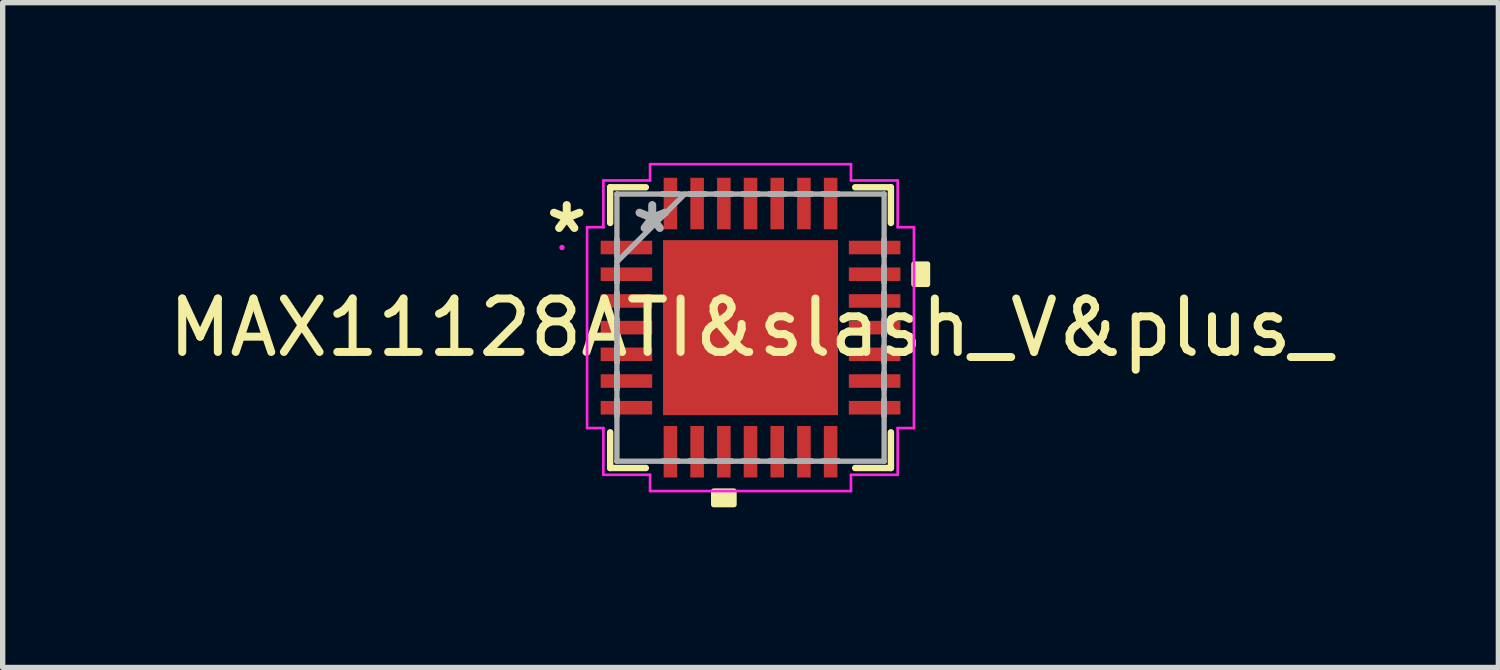
<source format=kicad_pcb>
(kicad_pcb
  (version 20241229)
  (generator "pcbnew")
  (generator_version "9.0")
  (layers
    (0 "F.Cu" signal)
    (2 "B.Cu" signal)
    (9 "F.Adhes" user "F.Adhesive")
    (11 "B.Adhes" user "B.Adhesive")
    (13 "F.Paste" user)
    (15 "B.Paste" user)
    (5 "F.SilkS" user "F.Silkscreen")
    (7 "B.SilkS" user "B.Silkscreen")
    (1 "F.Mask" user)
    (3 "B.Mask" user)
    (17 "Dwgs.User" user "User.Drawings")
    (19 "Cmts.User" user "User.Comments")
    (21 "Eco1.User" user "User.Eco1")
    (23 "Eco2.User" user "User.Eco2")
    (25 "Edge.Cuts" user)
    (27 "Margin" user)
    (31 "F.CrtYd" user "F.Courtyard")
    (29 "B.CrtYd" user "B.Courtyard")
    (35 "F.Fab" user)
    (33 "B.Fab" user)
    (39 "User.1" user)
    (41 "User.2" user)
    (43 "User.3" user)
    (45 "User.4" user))
  (footprint "MAX11128ATI&slash_V&plus_"
    (layer "F.Cu")
    (at 11.006 3.086)
    (property "Reference" "MAX11128ATI&slash_V&plus_" (at 0 0 0) (layer "F.SilkS") (effects (font (size 1 1) (thickness 0.15))))
    (attr smd)
    (fp_line (start -2.629 -2.629) (end -2.629 -1.96) (stroke (width 0.12) (type solid)) (layer "F.SilkS"))
    (fp_line (start -2.629 1.96) (end -2.629 2.629) (stroke (width 0.12) (type solid)) (layer "F.SilkS"))
    (fp_line (start -2.629 2.629) (end -1.96 2.629) (stroke (width 0.12) (type solid)) (layer "F.SilkS"))
    (fp_line (start -1.96 -2.629) (end -2.629 -2.629) (stroke (width 0.12) (type solid)) (layer "F.SilkS"))
    (fp_line (start 1.96 2.629) (end 2.629 2.629) (stroke (width 0.12) (type solid)) (layer "F.SilkS"))
    (fp_line (start 2.629 -2.629) (end 1.96 -2.629) (stroke (width 0.12) (type solid)) (layer "F.SilkS"))
    (fp_line (start 2.629 -1.96) (end 2.629 -2.629) (stroke (width 0.12) (type solid)) (layer "F.SilkS"))
    (fp_line (start 2.629 2.629) (end 2.629 1.96) (stroke (width 0.12) (type solid)) (layer "F.SilkS"))
    (fp_poly (pts (xy -0.69 3.061) (xy -0.69 3.315) (xy -0.309 3.315) (xy -0.309 3.061)) (stroke (width 0.1) (type solid)) (fill yes) (layer "F.SilkS"))
    (fp_poly (pts (xy 3.315 -1.191) (xy 3.315 -0.81) (xy 3.061 -0.81) (xy 3.061 -1.191)) (stroke (width 0.1) (type solid)) (fill yes) (layer "F.SilkS"))
    (fp_poly (pts (xy -1.538 -1.538) (xy -1.538 -0.1) (xy -0.1 -0.1) (xy -0.1 -1.538)) (stroke (width 0.1) (type solid)) (fill yes) (layer "F.Paste"))
    (fp_poly (pts (xy -1.538 0.1) (xy -1.538 1.538) (xy -0.1 1.538) (xy -0.1 0.1)) (stroke (width 0.1) (type solid)) (fill yes) (layer "F.Paste"))
    (fp_poly (pts (xy 0.1 -1.538) (xy 0.1 -0.1) (xy 1.538 -0.1) (xy 1.538 -1.538)) (stroke (width 0.1) (type solid)) (fill yes) (layer "F.Paste"))
    (fp_poly (pts (xy 0.1 0.1) (xy 0.1 1.538) (xy 1.538 1.538) (xy 1.538 0.1)) (stroke (width 0.1) (type solid)) (fill yes) (layer "F.Paste"))
    (fp_line (start -3.061 -1.881) (end -2.756 -1.881) (stroke (width 0.05) (type solid)) (layer "F.CrtYd"))
    (fp_line (start -3.061 1.881) (end -3.061 -1.881) (stroke (width 0.05) (type solid)) (layer "F.CrtYd"))
    (fp_line (start -2.756 -2.756) (end -1.881 -2.756) (stroke (width 0.05) (type solid)) (layer "F.CrtYd"))
    (fp_line (start -2.756 -1.881) (end -2.756 -2.756) (stroke (width 0.05) (type solid)) (layer "F.CrtYd"))
    (fp_line (start -2.756 1.881) (end -3.061 1.881) (stroke (width 0.05) (type solid)) (layer "F.CrtYd"))
    (fp_line (start -2.756 2.756) (end -2.756 1.881) (stroke (width 0.05) (type solid)) (layer "F.CrtYd"))
    (fp_line (start -1.881 -3.061) (end 1.881 -3.061) (stroke (width 0.05) (type solid)) (layer "F.CrtYd"))
    (fp_line (start -1.881 -2.756) (end -1.881 -3.061) (stroke (width 0.05) (type solid)) (layer "F.CrtYd"))
    (fp_line (start -1.881 2.756) (end -2.756 2.756) (stroke (width 0.05) (type solid)) (layer "F.CrtYd"))
    (fp_line (start -1.881 3.061) (end -1.881 2.756) (stroke (width 0.05) (type solid)) (layer "F.CrtYd"))
    (fp_line (start 1.881 -3.061) (end 1.881 -2.756) (stroke (width 0.05) (type solid)) (layer "F.CrtYd"))
    (fp_line (start 1.881 -2.756) (end 2.756 -2.756) (stroke (width 0.05) (type solid)) (layer "F.CrtYd"))
    (fp_line (start 1.881 2.756) (end 1.881 3.061) (stroke (width 0.05) (type solid)) (layer "F.CrtYd"))
    (fp_line (start 1.881 3.061) (end -1.881 3.061) (stroke (width 0.05) (type solid)) (layer "F.CrtYd"))
    (fp_line (start 2.756 -2.756) (end 2.756 -1.881) (stroke (width 0.05) (type solid)) (layer "F.CrtYd"))
    (fp_line (start 2.756 -1.881) (end 3.061 -1.881) (stroke (width 0.05) (type solid)) (layer "F.CrtYd"))
    (fp_line (start 2.756 1.881) (end 2.756 2.756) (stroke (width 0.05) (type solid)) (layer "F.CrtYd"))
    (fp_line (start 2.756 2.756) (end 1.881 2.756) (stroke (width 0.05) (type solid)) (layer "F.CrtYd"))
    (fp_line (start 3.061 -1.881) (end 3.061 1.881) (stroke (width 0.05) (type solid)) (layer "F.CrtYd"))
    (fp_line (start 3.061 1.881) (end 2.756 1.881) (stroke (width 0.05) (type solid)) (layer "F.CrtYd"))
    (fp_circle (center -3.531 -1.5) (end -3.531 -1.5) (stroke (width 0.05) (type solid)) (fill no) (layer "F.CrtYd"))
    (fp_line (start -2.502 -2.502) (end -2.502 -2.502) (stroke (width 0.1) (type solid)) (layer "F.Fab"))
    (fp_line (start -2.502 -2.502) (end -2.502 2.502) (stroke (width 0.1) (type solid)) (layer "F.Fab"))
    (fp_line (start -2.502 -1.652) (end -2.502 -1.652) (stroke (width 0.1) (type solid)) (layer "F.Fab"))
    (fp_line (start -2.502 -1.652) (end -2.502 -1.348) (stroke (width 0.1) (type solid)) (layer "F.Fab"))
    (fp_line (start -2.502 -1.348) (end -2.502 -1.652) (stroke (width 0.1) (type solid)) (layer "F.Fab"))
    (fp_line (start -2.502 -1.348) (end -2.502 -1.348) (stroke (width 0.1) (type solid)) (layer "F.Fab"))
    (fp_line (start -2.502 -1.232) (end -1.232 -2.502) (stroke (width 0.1) (type solid)) (layer "F.Fab"))
    (fp_line (start -2.502 -1.152) (end -2.502 -1.152) (stroke (width 0.1) (type solid)) (layer "F.Fab"))
    (fp_line (start -2.502 -1.152) (end -2.502 -0.848) (stroke (width 0.1) (type solid)) (layer "F.Fab"))
    (fp_line (start -2.502 -0.848) (end -2.502 -1.152) (stroke (width 0.1) (type solid)) (layer "F.Fab"))
    (fp_line (start -2.502 -0.848) (end -2.502 -0.848) (stroke (width 0.1) (type solid)) (layer "F.Fab"))
    (fp_line (start -2.502 -0.652) (end -2.502 -0.652) (stroke (width 0.1) (type solid)) (layer "F.Fab"))
    (fp_line (start -2.502 -0.652) (end -2.502 -0.348) (stroke (width 0.1) (type solid)) (layer "F.Fab"))
    (fp_line (start -2.502 -0.348) (end -2.502 -0.652) (stroke (width 0.1) (type solid)) (layer "F.Fab"))
    (fp_line (start -2.502 -0.348) (end -2.502 -0.348) (stroke (width 0.1) (type solid)) (layer "F.Fab"))
    (fp_line (start -2.502 -0.152) (end -2.502 -0.152) (stroke (width 0.1) (type solid)) (layer "F.Fab"))
    (fp_line (start -2.502 -0.152) (end -2.502 0.152) (stroke (width 0.1) (type solid)) (layer "F.Fab"))
    (fp_line (start -2.502 0.152) (end -2.502 -0.152) (stroke (width 0.1) (type solid)) (layer "F.Fab"))
    (fp_line (start -2.502 0.152) (end -2.502 0.152) (stroke (width 0.1) (type solid)) (layer "F.Fab"))
    (fp_line (start -2.502 0.348) (end -2.502 0.348) (stroke (width 0.1) (type solid)) (layer "F.Fab"))
    (fp_line (start -2.502 0.348) (end -2.502 0.652) (stroke (width 0.1) (type solid)) (layer "F.Fab"))
    (fp_line (start -2.502 0.652) (end -2.502 0.348) (stroke (width 0.1) (type solid)) (layer "F.Fab"))
    (fp_line (start -2.502 0.652) (end -2.502 0.652) (stroke (width 0.1) (type solid)) (layer "F.Fab"))
    (fp_line (start -2.502 0.848) (end -2.502 0.848) (stroke (width 0.1) (type solid)) (layer "F.Fab"))
    (fp_line (start -2.502 0.848) (end -2.502 1.152) (stroke (width 0.1) (type solid)) (layer "F.Fab"))
    (fp_line (start -2.502 1.152) (end -2.502 0.848) (stroke (width 0.1) (type solid)) (layer "F.Fab"))
    (fp_line (start -2.502 1.152) (end -2.502 1.152) (stroke (width 0.1) (type solid)) (layer "F.Fab"))
    (fp_line (start -2.502 1.348) (end -2.502 1.348) (stroke (width 0.1) (type solid)) (layer "F.Fab"))
    (fp_line (start -2.502 1.348) (end -2.502 1.652) (stroke (width 0.1) (type solid)) (layer "F.Fab"))
    (fp_line (start -2.502 1.652) (end -2.502 1.348) (stroke (width 0.1) (type solid)) (layer "F.Fab"))
    (fp_line (start -2.502 1.652) (end -2.502 1.652) (stroke (width 0.1) (type solid)) (layer "F.Fab"))
    (fp_line (start -2.502 2.502) (end -2.502 2.502) (stroke (width 0.1) (type solid)) (layer "F.Fab"))
    (fp_line (start -2.502 2.502) (end 2.502 2.502) (stroke (width 0.1) (type solid)) (layer "F.Fab"))
    (fp_line (start -1.652 -2.502) (end -1.652 -2.502) (stroke (width 0.1) (type solid)) (layer "F.Fab"))
    (fp_line (start -1.652 -2.502) (end -1.348 -2.502) (stroke (width 0.1) (type solid)) (layer "F.Fab"))
    (fp_line (start -1.652 2.502) (end -1.652 2.502) (stroke (width 0.1) (type solid)) (layer "F.Fab"))
    (fp_line (start -1.652 2.502) (end -1.348 2.502) (stroke (width 0.1) (type solid)) (layer "F.Fab"))
    (fp_line (start -1.348 -2.502) (end -1.652 -2.502) (stroke (width 0.1) (type solid)) (layer "F.Fab"))
    (fp_line (start -1.348 -2.502) (end -1.348 -2.502) (stroke (width 0.1) (type solid)) (layer "F.Fab"))
    (fp_line (start -1.348 2.502) (end -1.652 2.502) (stroke (width 0.1) (type solid)) (layer "F.Fab"))
    (fp_line (start -1.348 2.502) (end -1.348 2.502) (stroke (width 0.1) (type solid)) (layer "F.Fab"))
    (fp_line (start -1.152 -2.502) (end -1.152 -2.502) (stroke (width 0.1) (type solid)) (layer "F.Fab"))
    (fp_line (start -1.152 -2.502) (end -0.848 -2.502) (stroke (width 0.1) (type solid)) (layer "F.Fab"))
    (fp_line (start -1.152 2.502) (end -1.152 2.502) (stroke (width 0.1) (type solid)) (layer "F.Fab"))
    (fp_line (start -1.152 2.502) (end -0.848 2.502) (stroke (width 0.1) (type solid)) (layer "F.Fab"))
    (fp_line (start -0.848 -2.502) (end -1.152 -2.502) (stroke (width 0.1) (type solid)) (layer "F.Fab"))
    (fp_line (start -0.848 -2.502) (end -0.848 -2.502) (stroke (width 0.1) (type solid)) (layer "F.Fab"))
    (fp_line (start -0.848 2.502) (end -1.152 2.502) (stroke (width 0.1) (type solid)) (layer "F.Fab"))
    (fp_line (start -0.848 2.502) (end -0.848 2.502) (stroke (width 0.1) (type solid)) (layer "F.Fab"))
    (fp_line (start -0.652 -2.502) (end -0.652 -2.502) (stroke (width 0.1) (type solid)) (layer "F.Fab"))
    (fp_line (start -0.652 -2.502) (end -0.348 -2.502) (stroke (width 0.1) (type solid)) (layer "F.Fab"))
    (fp_line (start -0.652 2.502) (end -0.652 2.502) (stroke (width 0.1) (type solid)) (layer "F.Fab"))
    (fp_line (start -0.652 2.502) (end -0.348 2.502) (stroke (width 0.1) (type solid)) (layer "F.Fab"))
    (fp_line (start -0.348 -2.502) (end -0.652 -2.502) (stroke (width 0.1) (type solid)) (layer "F.Fab"))
    (fp_line (start -0.348 -2.502) (end -0.348 -2.502) (stroke (width 0.1) (type solid)) (layer "F.Fab"))
    (fp_line (start -0.348 2.502) (end -0.652 2.502) (stroke (width 0.1) (type solid)) (layer "F.Fab"))
    (fp_line (start -0.348 2.502) (end -0.348 2.502) (stroke (width 0.1) (type solid)) (layer "F.Fab"))
    (fp_line (start -0.152 -2.502) (end -0.152 -2.502) (stroke (width 0.1) (type solid)) (layer "F.Fab"))
    (fp_line (start -0.152 -2.502) (end 0.152 -2.502) (stroke (width 0.1) (type solid)) (layer "F.Fab"))
    (fp_line (start -0.152 2.502) (end -0.152 2.502) (stroke (width 0.1) (type solid)) (layer "F.Fab"))
    (fp_line (start -0.152 2.502) (end 0.152 2.502) (stroke (width 0.1) (type solid)) (layer "F.Fab"))
    (fp_line (start 0.152 -2.502) (end -0.152 -2.502) (stroke (width 0.1) (type solid)) (layer "F.Fab"))
    (fp_line (start 0.152 -2.502) (end 0.152 -2.502) (stroke (width 0.1) (type solid)) (layer "F.Fab"))
    (fp_line (start 0.152 2.502) (end -0.152 2.502) (stroke (width 0.1) (type solid)) (layer "F.Fab"))
    (fp_line (start 0.152 2.502) (end 0.152 2.502) (stroke (width 0.1) (type solid)) (layer "F.Fab"))
    (fp_line (start 0.348 -2.502) (end 0.348 -2.502) (stroke (width 0.1) (type solid)) (layer "F.Fab"))
    (fp_line (start 0.348 -2.502) (end 0.652 -2.502) (stroke (width 0.1) (type solid)) (layer "F.Fab"))
    (fp_line (start 0.348 2.502) (end 0.348 2.502) (stroke (width 0.1) (type solid)) (layer "F.Fab"))
    (fp_line (start 0.348 2.502) (end 0.652 2.502) (stroke (width 0.1) (type solid)) (layer "F.Fab"))
    (fp_line (start 0.652 -2.502) (end 0.348 -2.502) (stroke (width 0.1) (type solid)) (layer "F.Fab"))
    (fp_line (start 0.652 -2.502) (end 0.652 -2.502) (stroke (width 0.1) (type solid)) (layer "F.Fab"))
    (fp_line (start 0.652 2.502) (end 0.348 2.502) (stroke (width 0.1) (type solid)) (layer "F.Fab"))
    (fp_line (start 0.652 2.502) (end 0.652 2.502) (stroke (width 0.1) (type solid)) (layer "F.Fab"))
    (fp_line (start 0.848 -2.502) (end 0.848 -2.502) (stroke (width 0.1) (type solid)) (layer "F.Fab"))
    (fp_line (start 0.848 -2.502) (end 1.152 -2.502) (stroke (width 0.1) (type solid)) (layer "F.Fab"))
    (fp_line (start 0.848 2.502) (end 0.848 2.502) (stroke (width 0.1) (type solid)) (layer "F.Fab"))
    (fp_line (start 0.848 2.502) (end 1.152 2.502) (stroke (width 0.1) (type solid)) (layer "F.Fab"))
    (fp_line (start 1.152 -2.502) (end 0.848 -2.502) (stroke (width 0.1) (type solid)) (layer "F.Fab"))
    (fp_line (start 1.152 -2.502) (end 1.152 -2.502) (stroke (width 0.1) (type solid)) (layer "F.Fab"))
    (fp_line (start 1.152 2.502) (end 0.848 2.502) (stroke (width 0.1) (type solid)) (layer "F.Fab"))
    (fp_line (start 1.152 2.502) (end 1.152 2.502) (stroke (width 0.1) (type solid)) (layer "F.Fab"))
    (fp_line (start 1.348 -2.502) (end 1.348 -2.502) (stroke (width 0.1) (type solid)) (layer "F.Fab"))
    (fp_line (start 1.348 -2.502) (end 1.652 -2.502) (stroke (width 0.1) (type solid)) (layer "F.Fab"))
    (fp_line (start 1.348 2.502) (end 1.348 2.502) (stroke (width 0.1) (type solid)) (layer "F.Fab"))
    (fp_line (start 1.348 2.502) (end 1.652 2.502) (stroke (width 0.1) (type solid)) (layer "F.Fab"))
    (fp_line (start 1.652 -2.502) (end 1.348 -2.502) (stroke (width 0.1) (type solid)) (layer "F.Fab"))
    (fp_line (start 1.652 -2.502) (end 1.652 -2.502) (stroke (width 0.1) (type solid)) (layer "F.Fab"))
    (fp_line (start 1.652 2.502) (end 1.348 2.502) (stroke (width 0.1) (type solid)) (layer "F.Fab"))
    (fp_line (start 1.652 2.502) (end 1.652 2.502) (stroke (width 0.1) (type solid)) (layer "F.Fab"))
    (fp_line (start 2.502 -2.502) (end -2.502 -2.502) (stroke (width 0.1) (type solid)) (layer "F.Fab"))
    (fp_line (start 2.502 -2.502) (end 2.502 -2.502) (stroke (width 0.1) (type solid)) (layer "F.Fab"))
    (fp_line (start 2.502 -1.652) (end 2.502 -1.652) (stroke (width 0.1) (type solid)) (layer "F.Fab"))
    (fp_line (start 2.502 -1.652) (end 2.502 -1.348) (stroke (width 0.1) (type solid)) (layer "F.Fab"))
    (fp_line (start 2.502 -1.348) (end 2.502 -1.652) (stroke (width 0.1) (type solid)) (layer "F.Fab"))
    (fp_line (start 2.502 -1.348) (end 2.502 -1.348) (stroke (width 0.1) (type solid)) (layer "F.Fab"))
    (fp_line (start 2.502 -1.152) (end 2.502 -1.152) (stroke (width 0.1) (type solid)) (layer "F.Fab"))
    (fp_line (start 2.502 -1.152) (end 2.502 -0.848) (stroke (width 0.1) (type solid)) (layer "F.Fab"))
    (fp_line (start 2.502 -0.848) (end 2.502 -1.152) (stroke (width 0.1) (type solid)) (layer "F.Fab"))
    (fp_line (start 2.502 -0.848) (end 2.502 -0.848) (stroke (width 0.1) (type solid)) (layer "F.Fab"))
    (fp_line (start 2.502 -0.652) (end 2.502 -0.652) (stroke (width 0.1) (type solid)) (layer "F.Fab"))
    (fp_line (start 2.502 -0.652) (end 2.502 -0.348) (stroke (width 0.1) (type solid)) (layer "F.Fab"))
    (fp_line (start 2.502 -0.348) (end 2.502 -0.652) (stroke (width 0.1) (type solid)) (layer "F.Fab"))
    (fp_line (start 2.502 -0.348) (end 2.502 -0.348) (stroke (width 0.1) (type solid)) (layer "F.Fab"))
    (fp_line (start 2.502 -0.152) (end 2.502 -0.152) (stroke (width 0.1) (type solid)) (layer "F.Fab"))
    (fp_line (start 2.502 -0.152) (end 2.502 0.152) (stroke (width 0.1) (type solid)) (layer "F.Fab"))
    (fp_line (start 2.502 0.152) (end 2.502 -0.152) (stroke (width 0.1) (type solid)) (layer "F.Fab"))
    (fp_line (start 2.502 0.152) (end 2.502 0.152) (stroke (width 0.1) (type solid)) (layer "F.Fab"))
    (fp_line (start 2.502 0.348) (end 2.502 0.348) (stroke (width 0.1) (type solid)) (layer "F.Fab"))
    (fp_line (start 2.502 0.348) (end 2.502 0.652) (stroke (width 0.1) (type solid)) (layer "F.Fab"))
    (fp_line (start 2.502 0.652) (end 2.502 0.348) (stroke (width 0.1) (type solid)) (layer "F.Fab"))
    (fp_line (start 2.502 0.652) (end 2.502 0.652) (stroke (width 0.1) (type solid)) (layer "F.Fab"))
    (fp_line (start 2.502 0.848) (end 2.502 0.848) (stroke (width 0.1) (type solid)) (layer "F.Fab"))
    (fp_line (start 2.502 0.848) (end 2.502 1.152) (stroke (width 0.1) (type solid)) (layer "F.Fab"))
    (fp_line (start 2.502 1.152) (end 2.502 0.848) (stroke (width 0.1) (type solid)) (layer "F.Fab"))
    (fp_line (start 2.502 1.152) (end 2.502 1.152) (stroke (width 0.1) (type solid)) (layer "F.Fab"))
    (fp_line (start 2.502 1.348) (end 2.502 1.348) (stroke (width 0.1) (type solid)) (layer "F.Fab"))
    (fp_line (start 2.502 1.348) (end 2.502 1.652) (stroke (width 0.1) (type solid)) (layer "F.Fab"))
    (fp_line (start 2.502 1.652) (end 2.502 1.348) (stroke (width 0.1) (type solid)) (layer "F.Fab"))
    (fp_line (start 2.502 1.652) (end 2.502 1.652) (stroke (width 0.1) (type solid)) (layer "F.Fab"))
    (fp_line (start 2.502 2.502) (end 2.502 -2.502) (stroke (width 0.1) (type solid)) (layer "F.Fab"))
    (fp_line (start 2.502 2.502) (end 2.502 2.502) (stroke (width 0.1) (type solid)) (layer "F.Fab"))
    (fp_text user "*" (at -3.442 -1.75 0) (layer "F.SilkS") (effects (font (size 1 1) (thickness 0.15))))
    (fp_text user "*" (at -1.841 -1.75 0) (layer "F.Fab") (effects (font (size 1 1) (thickness 0.15))))
    (pad "1" smd rect (at -2.324 -1.5 90) (size 0.254 0.965) (layers "F.Cu" "F.Mask" "F.Paste"))
    (pad "2" smd rect (at -2.324 -1 90) (size 0.254 0.965) (layers "F.Cu" "F.Mask" "F.Paste"))
    (pad "3" smd rect (at -2.324 -0.5 90) (size 0.254 0.965) (layers "F.Cu" "F.Mask" "F.Paste"))
    (pad "4" smd rect (at -2.324 0 90) (size 0.254 0.965) (layers "F.Cu" "F.Mask" "F.Paste"))
    (pad "5" smd rect (at -2.324 0.5 90) (size 0.254 0.965) (layers "F.Cu" "F.Mask" "F.Paste"))
    (pad "6" smd rect (at -2.324 1 90) (size 0.254 0.965) (layers "F.Cu" "F.Mask" "F.Paste"))
    (pad "7" smd rect (at -2.324 1.5 90) (size 0.254 0.965) (layers "F.Cu" "F.Mask" "F.Paste"))
    (pad "8" smd rect (at -1.5 2.324) (size 0.254 0.965) (layers "F.Cu" "F.Mask" "F.Paste"))
    (pad "9" smd rect (at -1 2.324) (size 0.254 0.965) (layers "F.Cu" "F.Mask" "F.Paste"))
    (pad "10" smd rect (at -0.5 2.324) (size 0.254 0.965) (layers "F.Cu" "F.Mask" "F.Paste"))
    (pad "11" smd rect (at 0 2.324) (size 0.254 0.965) (layers "F.Cu" "F.Mask" "F.Paste"))
    (pad "12" smd rect (at 0.5 2.324) (size 0.254 0.965) (layers "F.Cu" "F.Mask" "F.Paste"))
    (pad "13" smd rect (at 1 2.324) (size 0.254 0.965) (layers "F.Cu" "F.Mask" "F.Paste"))
    (pad "14" smd rect (at 1.5 2.324) (size 0.254 0.965) (layers "F.Cu" "F.Mask" "F.Paste"))
    (pad "15" smd rect (at 2.324 1.5 90) (size 0.254 0.965) (layers "F.Cu" "F.Mask" "F.Paste"))
    (pad "16" smd rect (at 2.324 1 90) (size 0.254 0.965) (layers "F.Cu" "F.Mask" "F.Paste"))
    (pad "17" smd rect (at 2.324 0.5 90) (size 0.254 0.965) (layers "F.Cu" "F.Mask" "F.Paste"))
    (pad "18" smd rect (at 2.324 0 90) (size 0.254 0.965) (layers "F.Cu" "F.Mask" "F.Paste"))
    (pad "19" smd rect (at 2.324 -0.5 90) (size 0.254 0.965) (layers "F.Cu" "F.Mask" "F.Paste"))
    (pad "20" smd rect (at 2.324 -1 90) (size 0.254 0.965) (layers "F.Cu" "F.Mask" "F.Paste"))
    (pad "21" smd rect (at 2.324 -1.5 90) (size 0.254 0.965) (layers "F.Cu" "F.Mask" "F.Paste"))
    (pad "22" smd rect (at 1.5 -2.324) (size 0.254 0.965) (layers "F.Cu" "F.Mask" "F.Paste"))
    (pad "23" smd rect (at 1 -2.324) (size 0.254 0.965) (layers "F.Cu" "F.Mask" "F.Paste"))
    (pad "24" smd rect (at 0.5 -2.324) (size 0.254 0.965) (layers "F.Cu" "F.Mask" "F.Paste"))
    (pad "25" smd rect (at 0 -2.324) (size 0.254 0.965) (layers "F.Cu" "F.Mask" "F.Paste"))
    (pad "26" smd rect (at -0.5 -2.324) (size 0.254 0.965) (layers "F.Cu" "F.Mask" "F.Paste"))
    (pad "27" smd rect (at -1 -2.324) (size 0.254 0.965) (layers "F.Cu" "F.Mask" "F.Paste"))
    (pad "28" smd rect (at -1.5 -2.324) (size 0.254 0.965) (layers "F.Cu" "F.Mask" "F.Paste"))
    (pad "29" smd rect (at 0 0) (size 3.277 3.277) (layers "F.Cu" "F.Mask")))
  (gr_rect
    (start -3 -3)
    (end 25.012 9.45)
    (stroke (width 0.1) (type default))
    (fill no)
    (layer "Edge.Cuts")))
</source>
